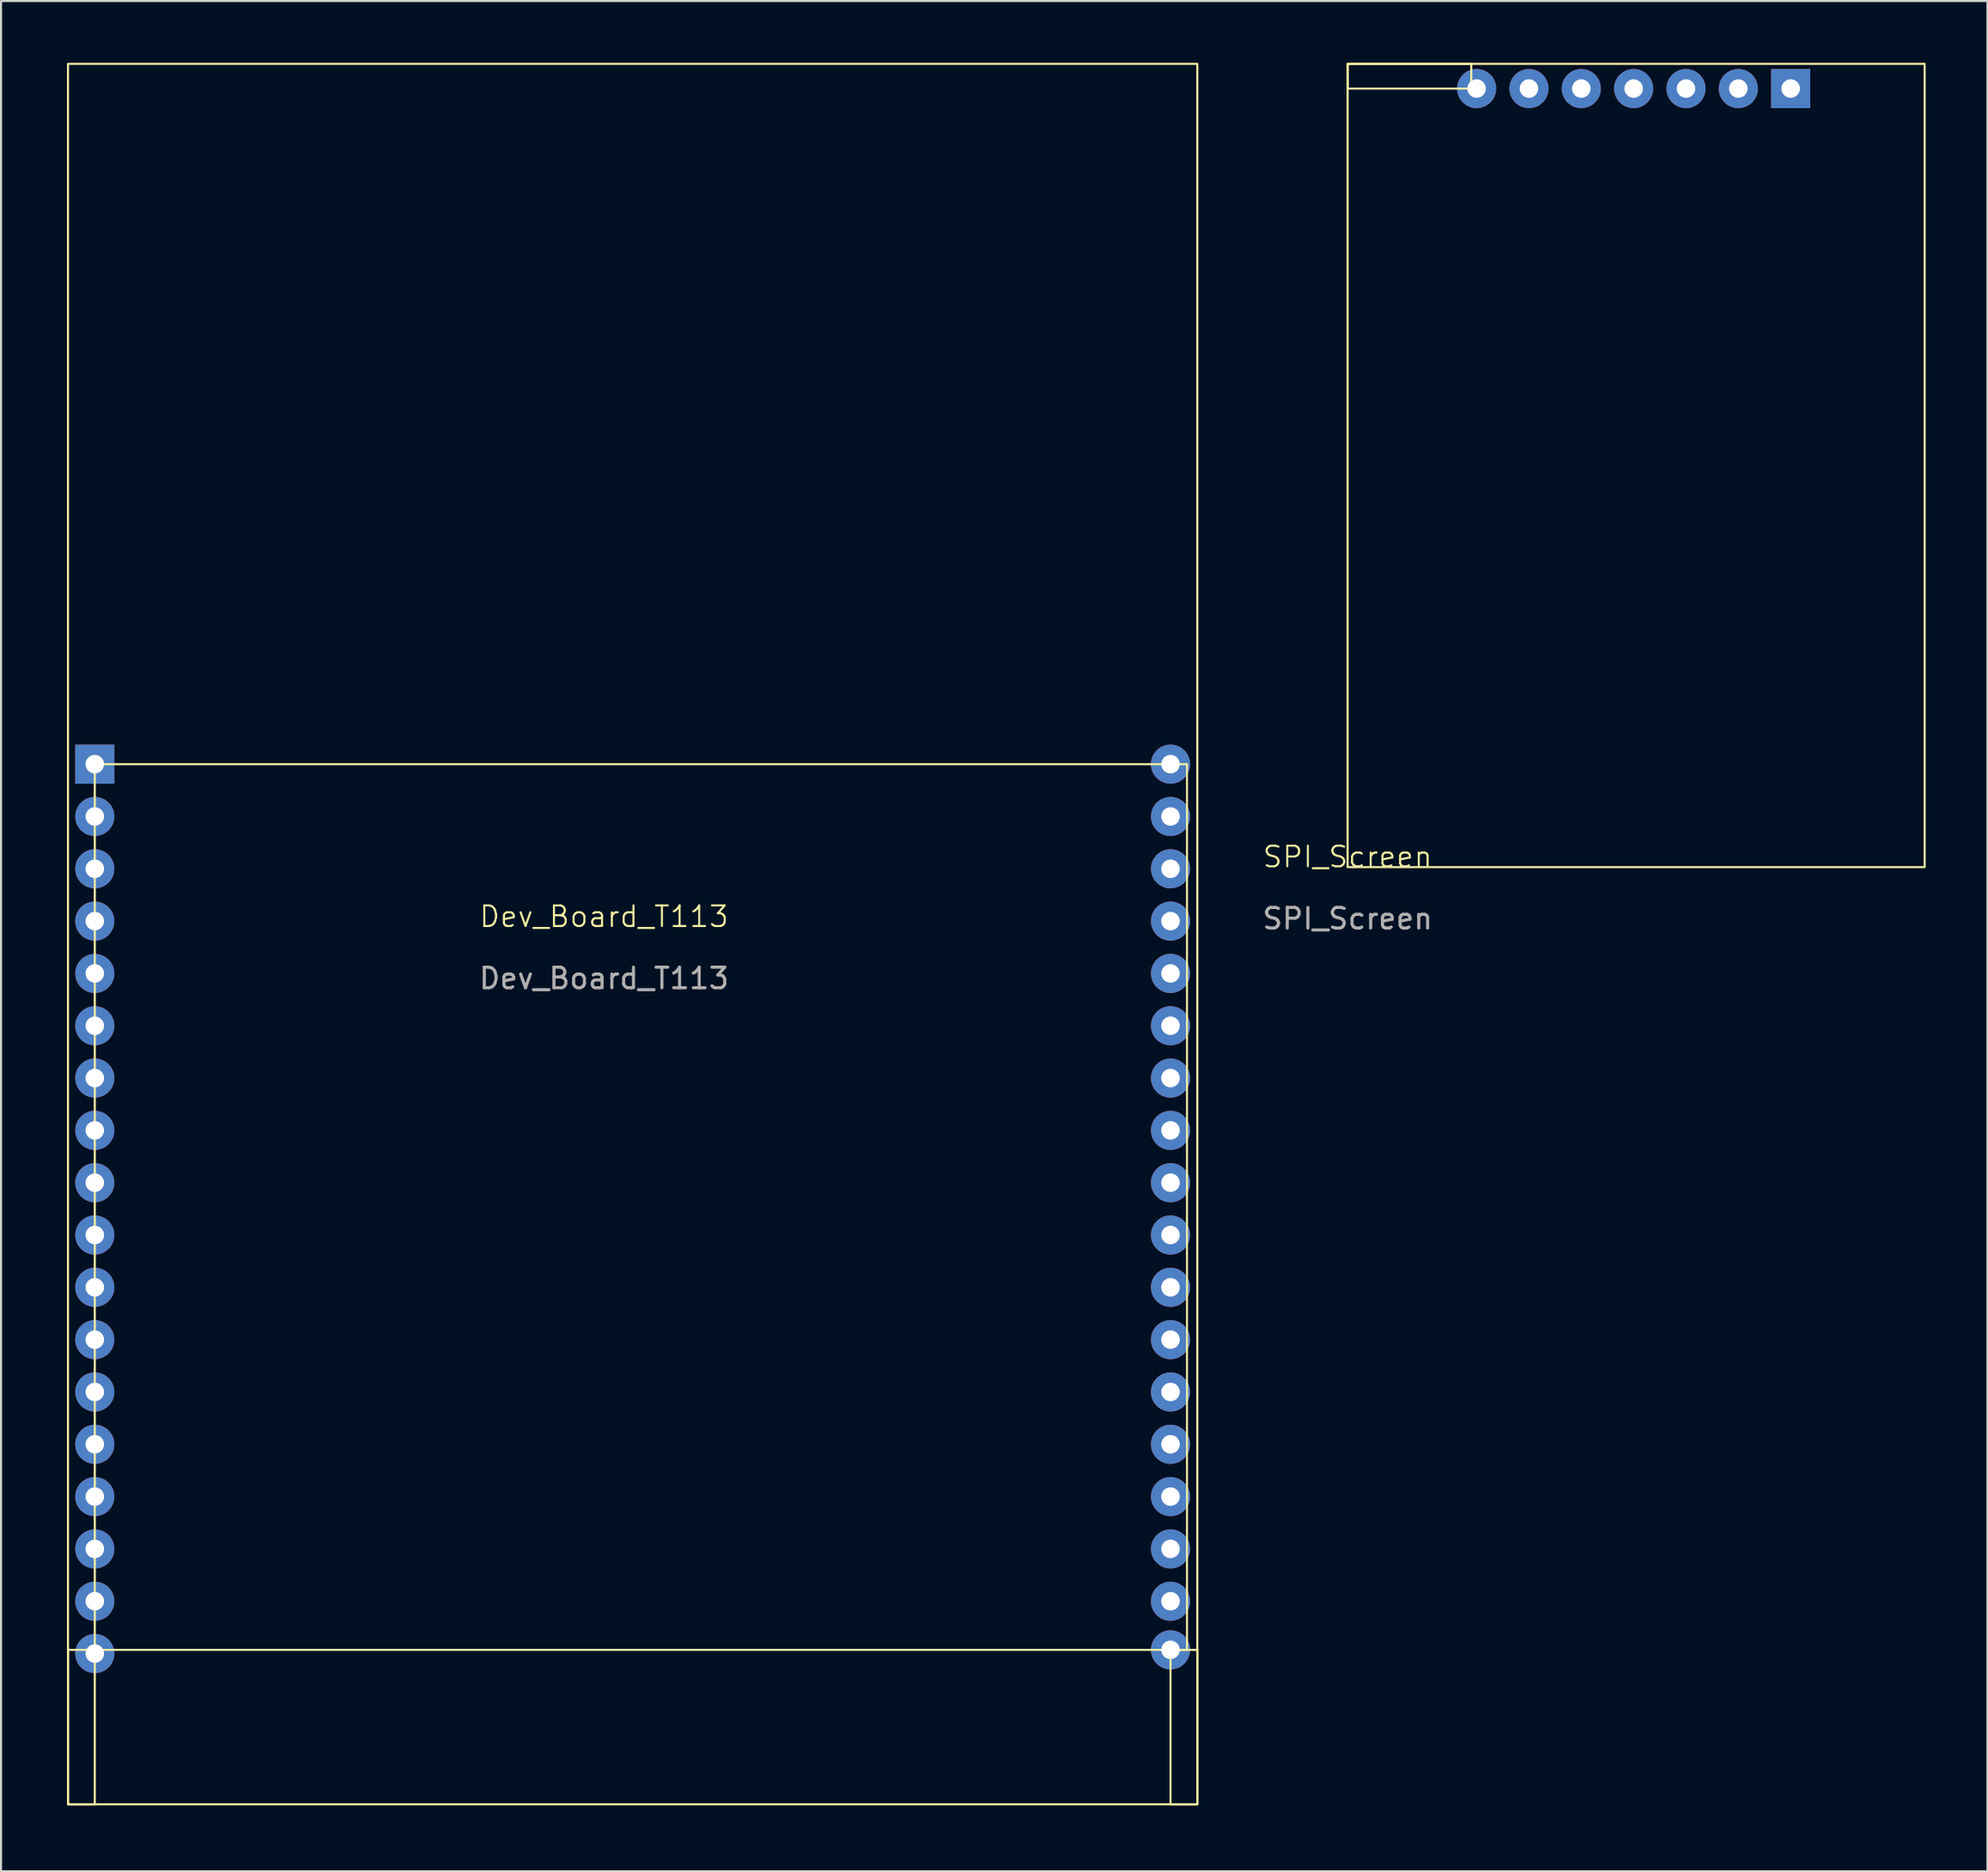
<source format=kicad_pcb>
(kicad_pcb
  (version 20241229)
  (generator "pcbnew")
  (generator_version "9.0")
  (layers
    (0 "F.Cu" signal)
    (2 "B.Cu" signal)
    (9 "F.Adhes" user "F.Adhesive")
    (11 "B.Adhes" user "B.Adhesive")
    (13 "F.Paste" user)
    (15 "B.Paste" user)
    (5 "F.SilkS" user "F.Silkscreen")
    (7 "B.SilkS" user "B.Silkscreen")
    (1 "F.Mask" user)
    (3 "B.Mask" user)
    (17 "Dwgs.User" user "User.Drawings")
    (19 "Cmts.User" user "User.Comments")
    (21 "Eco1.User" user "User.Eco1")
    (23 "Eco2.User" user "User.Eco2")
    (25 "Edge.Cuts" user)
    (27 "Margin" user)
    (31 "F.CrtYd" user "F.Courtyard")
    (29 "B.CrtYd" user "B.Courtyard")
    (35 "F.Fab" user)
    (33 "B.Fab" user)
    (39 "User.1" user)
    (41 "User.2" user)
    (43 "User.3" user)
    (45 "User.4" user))
  (footprint "Dev_Board_T113"
    (layer "F.Cu")
    (at 0.25 84.55)
    (property "Reference" "Dev_Board_T113" (at 26.01 -43.1 0) (unlocked yes) (layer "F.SilkS") (effects (font (size 1 1) (thickness 0.1))))
    (attr smd)
    (fp_rect (start 0 -84.5) (end 54.8 0) (stroke (width 0.1) (type solid)) (fill no) (layer "F.SilkS"))
    (fp_rect (start 0 -7.5) (end 1.3 0) (stroke (width 0.1) (type solid)) (fill no) (layer "F.SilkS"))
    (fp_rect (start 1.3 -50.5) (end 54.3 -7.5) (stroke (width 0.1) (type solid)) (fill no) (layer "F.SilkS"))
    (fp_rect (start 53.5 -7.5) (end 54.8 0) (stroke (width 0.1) (type solid)) (fill no) (layer "F.SilkS"))
    (fp_text user "Dev_Board_T113" (at 26.01 -40.1 0) (unlocked yes) (layer "F.Fab") (effects (font (size 1 1) (thickness 0.15))))
    (pad "1" thru_hole rect (at 1.3 -50.5) (size 1.9 1.9) (drill 0.9) (layers "*.Cu" "*.Mask"))
    (pad "2" thru_hole circle (at 1.3 -47.96) (size 1.9 1.9) (drill 0.9) (layers "*.Cu" "*.Mask"))
    (pad "3" thru_hole circle (at 1.3 -45.42) (size 1.9 1.9) (drill 0.9) (layers "*.Cu" "*.Mask"))
    (pad "4" thru_hole circle (at 1.3 -42.88) (size 1.9 1.9) (drill 0.9) (layers "*.Cu" "*.Mask"))
    (pad "5" thru_hole circle (at 1.3 -40.34) (size 1.9 1.9) (drill 0.9) (layers "*.Cu" "*.Mask"))
    (pad "6" thru_hole circle (at 1.3 -37.8) (size 1.9 1.9) (drill 0.9) (layers "*.Cu" "*.Mask"))
    (pad "7" thru_hole circle (at 1.3 -35.26) (size 1.9 1.9) (drill 0.9) (layers "*.Cu" "*.Mask"))
    (pad "8" thru_hole circle (at 1.3 -32.72) (size 1.9 1.9) (drill 0.9) (layers "*.Cu" "*.Mask"))
    (pad "9" thru_hole circle (at 1.3 -30.18) (size 1.9 1.9) (drill 0.9) (layers "*.Cu" "*.Mask"))
    (pad "10" thru_hole circle (at 1.3 -27.64) (size 1.9 1.9) (drill 0.9) (layers "*.Cu" "*.Mask"))
    (pad "11" thru_hole circle (at 1.3 -25.1) (size 1.9 1.9) (drill 0.9) (layers "*.Cu" "*.Mask"))
    (pad "12" thru_hole circle (at 1.3 -22.56) (size 1.9 1.9) (drill 0.9) (layers "*.Cu" "*.Mask"))
    (pad "13" thru_hole circle (at 1.3 -20.02) (size 1.9 1.9) (drill 0.9) (layers "*.Cu" "*.Mask"))
    (pad "14" thru_hole circle (at 1.3 -17.48) (size 1.9 1.9) (drill 0.9) (layers "*.Cu" "*.Mask"))
    (pad "15" thru_hole circle (at 1.3 -14.94) (size 1.9 1.9) (drill 0.9) (layers "*.Cu" "*.Mask"))
    (pad "16" thru_hole circle (at 1.3 -12.4) (size 1.9 1.9) (drill 0.9) (layers "*.Cu" "*.Mask"))
    (pad "17" thru_hole circle (at 1.3 -9.86) (size 1.9 1.9) (drill 0.9) (layers "*.Cu" "*.Mask"))
    (pad "18" thru_hole circle (at 1.3 -7.32) (size 1.9 1.9) (drill 0.9) (layers "*.Cu" "*.Mask"))
    (pad "19" thru_hole circle (at 53.5 -7.5) (size 1.9 1.9) (drill 0.9) (layers "*.Cu" "*.Mask"))
    (pad "20" thru_hole circle (at 53.5 -9.86) (size 1.9 1.9) (drill 0.9) (layers "*.Cu" "*.Mask"))
    (pad "21" thru_hole circle (at 53.5 -12.4) (size 1.9 1.9) (drill 0.9) (layers "*.Cu" "*.Mask"))
    (pad "22" thru_hole circle (at 53.5 -14.94) (size 1.9 1.9) (drill 0.9) (layers "*.Cu" "*.Mask"))
    (pad "23" thru_hole circle (at 53.5 -17.48) (size 1.9 1.9) (drill 0.9) (layers "*.Cu" "*.Mask"))
    (pad "24" thru_hole circle (at 53.5 -20.02) (size 1.9 1.9) (drill 0.9) (layers "*.Cu" "*.Mask"))
    (pad "25" thru_hole circle (at 53.5 -22.56) (size 1.9 1.9) (drill 0.9) (layers "*.Cu" "*.Mask"))
    (pad "26" thru_hole circle (at 53.5 -25.1) (size 1.9 1.9) (drill 0.9) (layers "*.Cu" "*.Mask"))
    (pad "27" thru_hole circle (at 53.5 -27.64) (size 1.9 1.9) (drill 0.9) (layers "*.Cu" "*.Mask"))
    (pad "28" thru_hole circle (at 53.5 -30.18) (size 1.9 1.9) (drill 0.9) (layers "*.Cu" "*.Mask"))
    (pad "29" thru_hole circle (at 53.5 -32.72) (size 1.9 1.9) (drill 0.9) (layers "*.Cu" "*.Mask"))
    (pad "30" thru_hole circle (at 53.5 -35.26) (size 1.9 1.9) (drill 0.9) (layers "*.Cu" "*.Mask"))
    (pad "31" thru_hole circle (at 53.5 -37.8) (size 1.9 1.9) (drill 0.9) (layers "*.Cu" "*.Mask"))
    (pad "32" thru_hole circle (at 53.5 -40.34) (size 1.9 1.9) (drill 0.9) (layers "*.Cu" "*.Mask"))
    (pad "33" thru_hole circle (at 53.5 -42.88) (size 1.9 1.9) (drill 0.9) (layers "*.Cu" "*.Mask"))
    (pad "34" thru_hole circle (at 53.5 -45.42) (size 1.9 1.9) (drill 0.9) (layers "*.Cu" "*.Mask"))
    (pad "35" thru_hole circle (at 53.5 -47.96 180) (size 1.9 1.9) (drill 0.9) (layers "*.Cu" "*.Mask"))
    (pad "36" thru_hole circle (at 53.5 -50.5) (size 1.9 1.9) (drill 0.9) (layers "*.Cu" "*.Mask")))
  (footprint "SPI_Screen"
    (layer "F.Cu")
    (at 62.344 39.05)
    (property "Reference" "SPI_Screen" (at 0 -0.5 0) (unlocked yes) (layer "F.SilkS") (effects (font (size 1 1) (thickness 0.1))))
    (attr smd)
    (fp_rect (start 0 -39) (end 6 -37.8) (stroke (width 0.1) (type solid)) (fill no) (layer "F.SilkS"))
    (fp_rect (start 0 -39) (end 28 0) (stroke (width 0.1) (type solid)) (fill no) (layer "F.SilkS"))
    (fp_text user "SPI_Screen" (at 0 2.5 0) (unlocked yes) (layer "F.Fab") (effects (font (size 1 1) (thickness 0.15))))
    (pad "1" thru_hole circle (at 6.26 -37.8) (size 1.9 1.9) (drill 0.9) (layers "*.Cu" "*.Mask"))
    (pad "2" thru_hole circle (at 8.8 -37.8) (size 1.9 1.9) (drill 0.9) (layers "*.Cu" "*.Mask"))
    (pad "3" thru_hole circle (at 11.34 -37.8) (size 1.9 1.9) (drill 0.9) (layers "*.Cu" "*.Mask"))
    (pad "4" thru_hole circle (at 13.88 -37.8) (size 1.9 1.9) (drill 0.9) (layers "*.Cu" "*.Mask"))
    (pad "5" thru_hole circle (at 16.42 -37.8) (size 1.9 1.9) (drill 0.9) (layers "*.Cu" "*.Mask"))
    (pad "6" thru_hole circle (at 18.96 -37.8) (size 1.9 1.9) (drill 0.9) (layers "*.Cu" "*.Mask"))
    (pad "7" thru_hole rect (at 21.5 -37.8) (size 1.9 1.9) (drill 0.9) (layers "*.Cu" "*.Mask")))
  (gr_rect
    (start -3 -3)
    (end 93.394 87.8)
    (stroke (width 0.1) (type default))
    (fill no)
    (layer "Edge.Cuts")))
</source>
